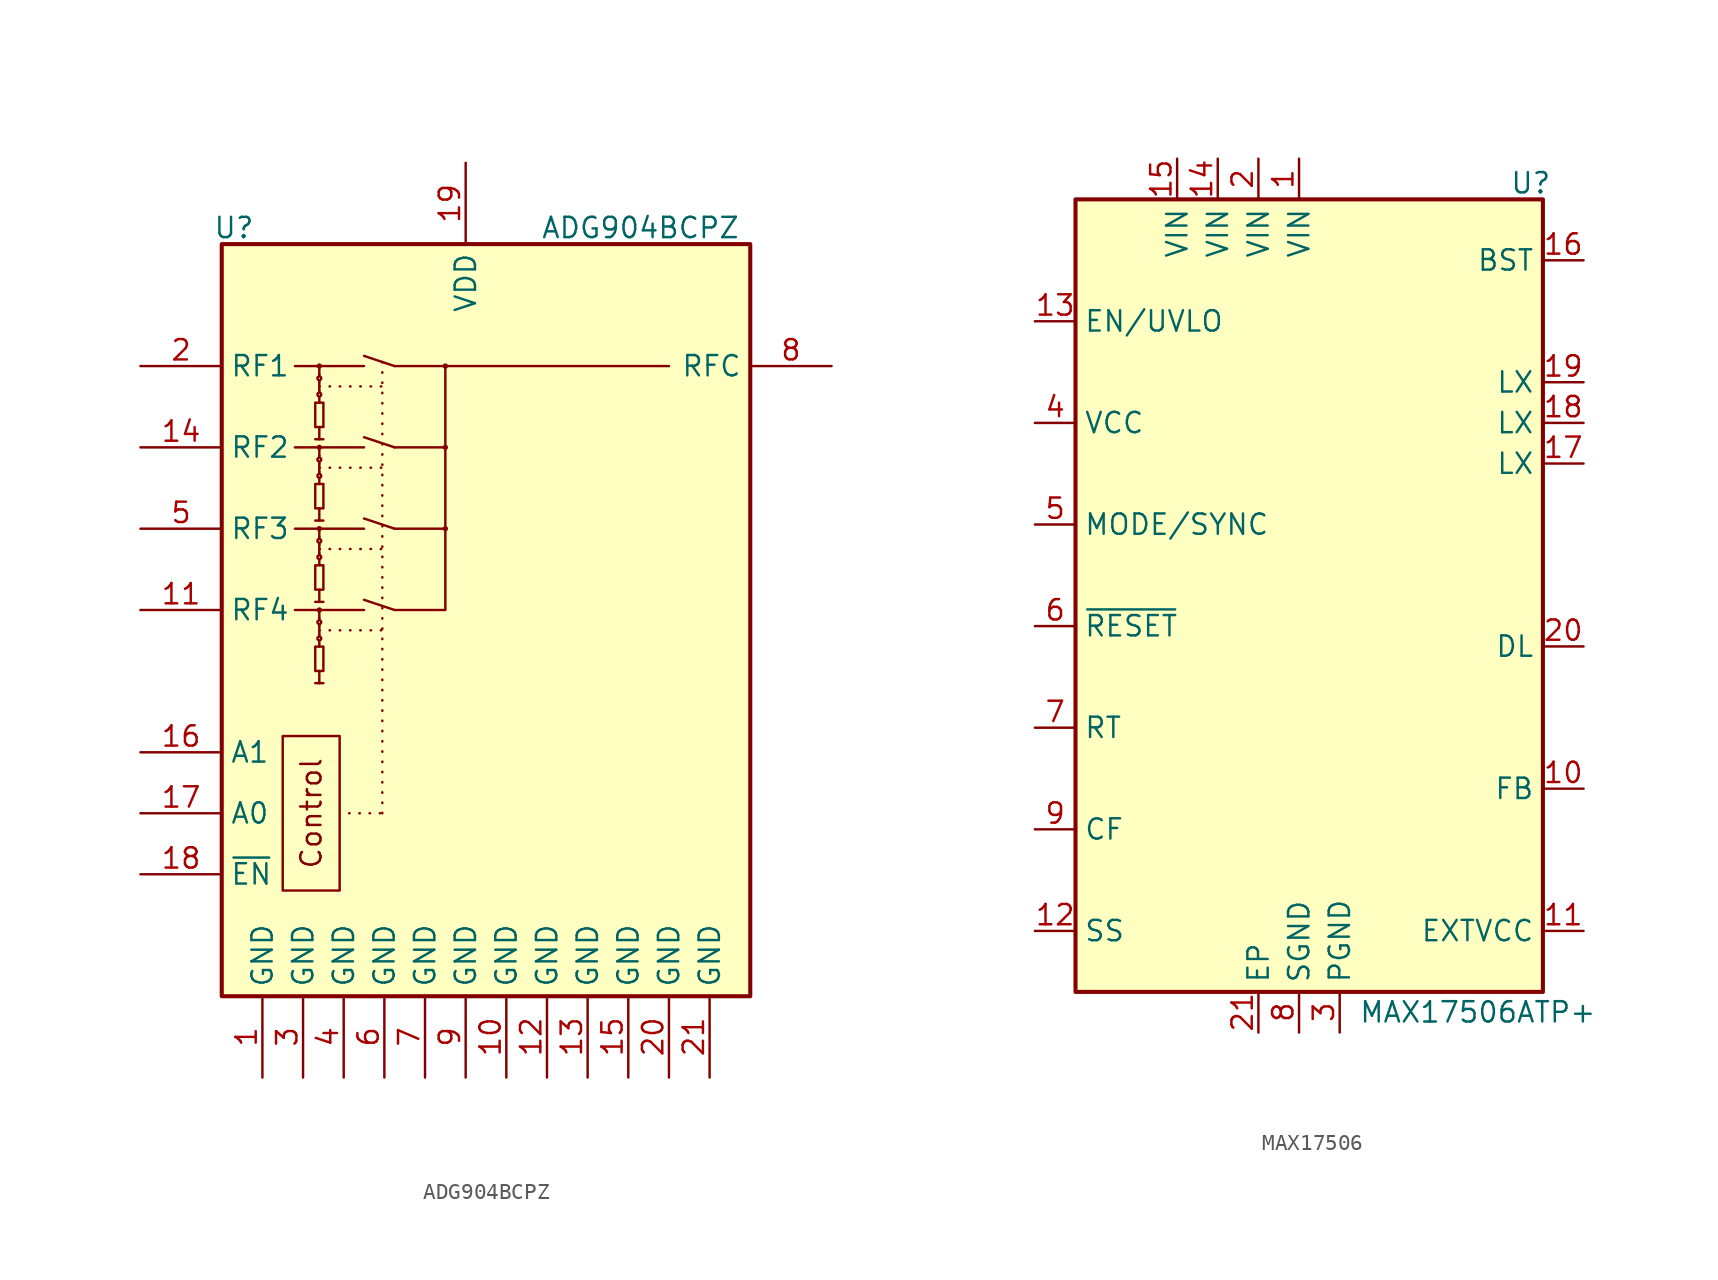
<source format=kicad_sym>
(kicad_symbol_lib
  (version 20241209)
  (generator "kicad_symbol_editor")
  (generator_version "9.0")
  (symbol "ADG904BCPZ"
    (property "Reference" "U"
      (at -15.748 22.606 0)
      (effects (font (size 1.27 1.27))))
    (property "Value" "ADG904BCPZ"
      (at 9.652 22.606 0)
      (effects (font (size 1.27 1.27))))
    (symbol "ADG904BCPZ_0_1"
      (rectangle (start -10.668 11.684) (end -10.16 10.16) (stroke (width 0) (type default)) (fill (type none)))
      (polyline (pts (xy -10.668 9.398) (xy -10.16 9.398)) (stroke (width 0) (type default)) (fill (type none)))
      (rectangle (start -10.668 6.604) (end -10.16 5.08) (stroke (width 0) (type default)) (fill (type none)))
      (polyline (pts (xy -10.668 4.318) (xy -10.16 4.318)) (stroke (width 0) (type default)) (fill (type none)))
      (rectangle (start -10.668 1.524) (end -10.16 0) (stroke (width 0) (type default)) (fill (type none)))
      (polyline (pts (xy -10.668 -0.762) (xy -10.16 -0.762)) (stroke (width 0) (type default)) (fill (type none)))
      (rectangle (start -10.668 -3.556) (end -10.16 -5.08) (stroke (width 0) (type default)) (fill (type none)))
      (polyline (pts (xy -10.668 -5.842) (xy -10.16 -5.842)) (stroke (width 0) (type default)) (fill (type none)))
      (polyline (pts (xy -10.414 10.16) (xy -10.414 9.398)) (stroke (width 0) (type default)) (fill (type none)))
      (polyline (pts (xy -10.414 5.08) (xy -10.414 4.318)) (stroke (width 0) (type default)) (fill (type none)))
      (polyline (pts (xy -10.414 0) (xy -10.414 -0.762)) (stroke (width 0) (type default)) (fill (type none)))
      (polyline (pts (xy -10.414 -5.08) (xy -10.414 -5.842)) (stroke (width 0) (type default)) (fill (type none))))
    (symbol "ADG904BCPZ_1_0"
      (pin passive line (at -21.59 13.97 0) (length 5.08) (name "RF1" (effects (font (size 1.27 1.27)))) (number "2" (effects (font (size 1.27 1.27)))))
      (pin passive line (at -21.59 8.89 0) (length 5.08) (name "RF2" (effects (font (size 1.27 1.27)))) (number "14" (effects (font (size 1.27 1.27)))))
      (pin passive line (at -21.59 3.81 0) (length 5.08) (name "RF3" (effects (font (size 1.27 1.27)))) (number "5" (effects (font (size 1.27 1.27)))))
      (pin passive line (at -21.59 -1.27 0) (length 5.08) (name "RF4" (effects (font (size 1.27 1.27)))) (number "11" (effects (font (size 1.27 1.27)))))
      (pin passive line (at -21.59 -10.16 0) (length 5.08) (name "A1" (effects (font (size 1.27 1.27)))) (number "16" (effects (font (size 1.27 1.27)))))
      (pin passive line (at -21.59 -13.97 0) (length 5.08) (name "A0" (effects (font (size 1.27 1.27)))) (number "17" (effects (font (size 1.27 1.27)))))
      (pin passive line (at -21.59 -17.78 0) (length 5.08) (name "~{EN}" (effects (font (size 1.27 1.27)))) (number "18" (effects (font (size 1.27 1.27)))))
      (pin power_in line (at -13.97 -30.48 90) (length 5.08) (name "GND" (effects (font (size 1.27 1.27)))) (number "1" (effects (font (size 1.27 1.27)))))
      (pin power_in line (at -11.43 -30.48 90) (length 5.08) (name "GND" (effects (font (size 1.27 1.27)))) (number "3" (effects (font (size 1.27 1.27)))))
      (pin power_in line (at -8.89 -30.48 90) (length 5.08) (name "GND" (effects (font (size 1.27 1.27)))) (number "4" (effects (font (size 1.27 1.27)))))
      (pin power_in line (at -6.35 -30.48 90) (length 5.08) (name "GND" (effects (font (size 1.27 1.27)))) (number "6" (effects (font (size 1.27 1.27)))))
      (pin power_in line (at -3.81 -30.48 90) (length 5.08) (name "GND" (effects (font (size 1.27 1.27)))) (number "7" (effects (font (size 1.27 1.27)))))
      (pin power_in line (at -1.27 26.67 270) (length 5.08) (name "VDD" (effects (font (size 1.27 1.27)))) (number "19" (effects (font (size 1.27 1.27)))))
      (pin power_in line (at -1.27 -30.48 90) (length 5.08) (name "GND" (effects (font (size 1.27 1.27)))) (number "9" (effects (font (size 1.27 1.27)))))
      (pin power_in line (at 1.27 -30.48 90) (length 5.08) (name "GND" (effects (font (size 1.27 1.27)))) (number "10" (effects (font (size 1.27 1.27)))))
      (pin power_in line (at 3.81 -30.48 90) (length 5.08) (name "GND" (effects (font (size 1.27 1.27)))) (number "12" (effects (font (size 1.27 1.27)))))
      (pin power_in line (at 6.35 -30.48 90) (length 5.08) (name "GND" (effects (font (size 1.27 1.27)))) (number "13" (effects (font (size 1.27 1.27)))))
      (pin power_in line (at 8.89 -30.48 90) (length 5.08) (name "GND" (effects (font (size 1.27 1.27)))) (number "15" (effects (font (size 1.27 1.27)))))
      (pin power_in line (at 11.43 -30.48 90) (length 5.08) (name "GND" (effects (font (size 1.27 1.27)))) (number "20" (effects (font (size 1.27 1.27)))))
      (pin passive line (at 21.59 13.97 180) (length 5.08) (name "RFC" (effects (font (size 1.27 1.27)))) (number "8" (effects (font (size 1.27 1.27))))))
    (symbol "ADG904BCPZ_1_1"
      (rectangle (start -16.51 21.59) (end 16.51 -25.4) (stroke (width 0.254) (type solid)) (fill (type background)))
      (rectangle (start -12.7 -9.144) (end -9.144 -18.796) (stroke (width 0) (type default)) (fill (type none)))
      (circle (center -10.414 13.97) (radius 0.093) (stroke (width 0) (type solid)) (fill (type outline)))
      (polyline (pts (xy -10.414 13.97) (xy -7.62 13.97)) (stroke (width 0) (type default)) (fill (type none)))
      (polyline (pts (xy -10.414 13.97) (xy -11.684 13.97) (xy -11.938 13.97)) (stroke (width 0) (type default)) (fill (type none)))
      (polyline (pts (xy -10.414 13.462) (xy -10.415 13.351)) (stroke (width 0) (type default)) (fill (type none)))
      (polyline (pts (xy -10.414 13.462) (xy -10.414 13.97)) (stroke (width 0) (type default)) (fill (type none)))
      (circle (center -10.414 13.208) (radius 0.119) (stroke (width 0) (type solid)) (fill (type none)))
      (polyline (pts (xy -10.414 12.954) (xy -10.415 13.052)) (stroke (width 0) (type default)) (fill (type none)))
      (polyline (pts (xy -10.414 12.7) (xy -6.35 12.7)) (stroke (width 0) (type dot)) (fill (type none)))
      (polyline (pts (xy -10.414 12.446) (xy -10.415 12.332)) (stroke (width 0) (type default)) (fill (type none)))
      (polyline (pts (xy -10.414 12.446) (xy -10.414 12.954)) (stroke (width 0) (type default)) (fill (type none)))
      (circle (center -10.414 12.192) (radius 0.119) (stroke (width 0) (type solid)) (fill (type none)))
      (polyline (pts (xy -10.414 11.684) (xy -10.414 12.014)) (stroke (width 0) (type default)) (fill (type none)))
      (circle (center -10.414 8.89) (radius 0.093) (stroke (width 0) (type solid)) (fill (type outline)))
      (polyline (pts (xy -10.414 8.89) (xy -7.62 8.89)) (stroke (width 0) (type default)) (fill (type none)))
      (polyline (pts (xy -10.414 8.89) (xy -11.684 8.89) (xy -11.938 8.89)) (stroke (width 0) (type default)) (fill (type none)))
      (polyline (pts (xy -10.414 8.382) (xy -10.415 8.271)) (stroke (width 0) (type default)) (fill (type none)))
      (polyline (pts (xy -10.414 8.382) (xy -10.414 8.89)) (stroke (width 0) (type default)) (fill (type none)))
      (circle (center -10.414 8.128) (radius 0.119) (stroke (width 0) (type solid)) (fill (type none)))
      (polyline (pts (xy -10.414 7.874) (xy -10.415 7.972)) (stroke (width 0) (type default)) (fill (type none)))
      (polyline (pts (xy -10.414 7.62) (xy -6.35 7.62)) (stroke (width 0) (type dot)) (fill (type none)))
      (polyline (pts (xy -10.414 7.366) (xy -10.415 7.252)) (stroke (width 0) (type default)) (fill (type none)))
      (polyline (pts (xy -10.414 7.366) (xy -10.414 7.874)) (stroke (width 0) (type default)) (fill (type none)))
      (circle (center -10.414 7.112) (radius 0.119) (stroke (width 0) (type solid)) (fill (type none)))
      (polyline (pts (xy -10.414 6.604) (xy -10.414 6.934)) (stroke (width 0) (type default)) (fill (type none)))
      (circle (center -10.414 3.81) (radius 0.093) (stroke (width 0) (type solid)) (fill (type outline)))
      (polyline (pts (xy -10.414 3.81) (xy -7.62 3.81)) (stroke (width 0) (type default)) (fill (type none)))
      (polyline (pts (xy -10.414 3.81) (xy -11.684 3.81) (xy -11.938 3.81)) (stroke (width 0) (type default)) (fill (type none)))
      (polyline (pts (xy -10.414 3.302) (xy -10.415 3.191)) (stroke (width 0) (type default)) (fill (type none)))
      (polyline (pts (xy -10.414 3.302) (xy -10.414 3.81)) (stroke (width 0) (type default)) (fill (type none)))
      (circle (center -10.414 3.048) (radius 0.119) (stroke (width 0) (type solid)) (fill (type none)))
      (polyline (pts (xy -10.414 2.794) (xy -10.415 2.892)) (stroke (width 0) (type default)) (fill (type none)))
      (polyline (pts (xy -10.414 2.54) (xy -6.35 2.54)) (stroke (width 0) (type dot)) (fill (type none)))
      (polyline (pts (xy -10.414 2.286) (xy -10.415 2.172)) (stroke (width 0) (type default)) (fill (type none)))
      (polyline (pts (xy -10.414 2.286) (xy -10.414 2.794)) (stroke (width 0) (type default)) (fill (type none)))
      (circle (center -10.414 2.032) (radius 0.119) (stroke (width 0) (type solid)) (fill (type none)))
      (polyline (pts (xy -10.414 1.524) (xy -10.414 1.854)) (stroke (width 0) (type default)) (fill (type none)))
      (circle (center -10.414 -1.27) (radius 0.093) (stroke (width 0) (type solid)) (fill (type outline)))
      (polyline (pts (xy -10.414 -1.27) (xy -7.62 -1.27)) (stroke (width 0) (type default)) (fill (type none)))
      (polyline (pts (xy -10.414 -1.27) (xy -11.684 -1.27) (xy -11.938 -1.27)) (stroke (width 0) (type default)) (fill (type none)))
      (polyline (pts (xy -10.414 -1.778) (xy -10.415 -1.889)) (stroke (width 0) (type default)) (fill (type none)))
      (polyline (pts (xy -10.414 -1.778) (xy -10.414 -1.27)) (stroke (width 0) (type default)) (fill (type none)))
      (circle (center -10.414 -2.032) (radius 0.119) (stroke (width 0) (type solid)) (fill (type none)))
      (polyline (pts (xy -10.414 -2.286) (xy -10.415 -2.188)) (stroke (width 0) (type default)) (fill (type none)))
      (polyline (pts (xy -10.414 -2.54) (xy -6.35 -2.54)) (stroke (width 0) (type dot)) (fill (type none)))
      (polyline (pts (xy -10.414 -2.794) (xy -10.415 -2.908)) (stroke (width 0) (type default)) (fill (type none)))
      (polyline (pts (xy -10.414 -2.794) (xy -10.414 -2.286)) (stroke (width 0) (type default)) (fill (type none)))
      (circle (center -10.414 -3.048) (radius 0.119) (stroke (width 0) (type solid)) (fill (type none)))
      (polyline (pts (xy -10.414 -3.556) (xy -10.414 -3.226)) (stroke (width 0) (type default)) (fill (type none)))
      (polyline (pts (xy -7.62 14.605) (xy -5.715 13.97)) (stroke (width 0) (type default)) (fill (type none)))
      (polyline (pts (xy -7.62 9.525) (xy -5.715 8.89)) (stroke (width 0) (type default)) (fill (type none)))
      (polyline (pts (xy -7.62 4.445) (xy -5.715 3.81)) (stroke (width 0) (type default)) (fill (type none)))
      (polyline (pts (xy -7.62 -0.635) (xy -5.715 -1.27)) (stroke (width 0) (type default)) (fill (type none)))
      (polyline (pts (xy -6.604 -13.97) (xy -9.144 -13.97)) (stroke (width 0) (type dot)) (fill (type none)))
      (polyline (pts (xy -6.477 14.224) (xy -6.477 -13.97)) (stroke (width 0) (type dot)) (fill (type none)))
      (polyline (pts (xy -5.715 13.97) (xy -2.54 13.97)) (stroke (width 0) (type default)) (fill (type none)))
      (polyline (pts (xy -5.715 8.89) (xy -2.54 8.89)) (stroke (width 0) (type default)) (fill (type none)))
      (polyline (pts (xy -5.715 3.81) (xy -2.54 3.81)) (stroke (width 0) (type default)) (fill (type none)))
      (polyline (pts (xy -5.715 -1.27) (xy -2.54 -1.27) (xy -2.54 13.97)) (stroke (width 0) (type default)) (fill (type none)))
      (circle (center -2.54 13.97) (radius 0.093) (stroke (width 0) (type solid)) (fill (type outline)))
      (polyline (pts (xy -2.54 13.97) (xy 11.43 13.97)) (stroke (width 0) (type default)) (fill (type none)))
      (circle (center -2.54 8.89) (radius 0.093) (stroke (width 0) (type solid)) (fill (type outline)))
      (circle (center -2.54 3.81) (radius 0.093) (stroke (width 0) (type solid)) (fill (type outline)))
      (text "Control\n" (at -10.922 -13.97 900) (effects (font (size 1.27 1.27))))
      (pin power_in line (at 13.97 -30.48 90) (length 5.08) (name "GND" (effects (font (size 1.27 1.27)))) (number "21" (effects (font (size 1.27 1.27)))))))
  (symbol "MAX17506"
    (property "Reference" "U"
      (at 13.208 26.416 0)
      (effects (font (size 1.27 1.27))))
    (property "Value" "MAX17506ATP+"
      (at 9.906 -25.4 0)
      (effects (font (size 1.27 1.27))))
    (symbol "MAX17506_1_1"
      (rectangle (start -15.24 25.4) (end 13.97 -24.13) (stroke (width 0.254) (type solid)) (fill (type background)))
      (pin input line (at -17.78 17.78 0) (length 2.54) (name "EN/UVLO" (effects (font (size 1.27 1.27)))) (number "13" (effects (font (size 1.27 1.27)))))
      (pin power_out line (at -17.78 11.43 0) (length 2.54) (name "VCC" (effects (font (size 1.27 1.27)))) (number "4" (effects (font (size 1.27 1.27)))))
      (pin input line (at -17.78 5.08 0) (length 2.54) (name "MODE/SYNC" (effects (font (size 1.27 1.27)))) (number "5" (effects (font (size 1.27 1.27)))))
      (pin open_collector line (at -17.78 -1.27 0) (length 2.54) (name "~{RESET}" (effects (font (size 1.27 1.27)))) (number "6" (effects (font (size 1.27 1.27)))))
      (pin input line (at -17.78 -7.62 0) (length 2.54) (name "RT" (effects (font (size 1.27 1.27)))) (number "7" (effects (font (size 1.27 1.27)))))
      (pin passive line (at -17.78 -13.97 0) (length 2.54) (name "CF" (effects (font (size 1.27 1.27)))) (number "9" (effects (font (size 1.27 1.27)))))
      (pin input line (at -17.78 -20.32 0) (length 2.54) (name "SS" (effects (font (size 1.27 1.27)))) (number "12" (effects (font (size 1.27 1.27)))))
      (pin power_in line (at -8.89 27.94 270) (length 2.54) (name "VIN" (effects (font (size 1.27 1.27)))) (number "15" (effects (font (size 1.27 1.27)))))
      (pin power_in line (at -6.35 27.94 270) (length 2.54) (name "VIN" (effects (font (size 1.27 1.27)))) (number "14" (effects (font (size 1.27 1.27)))))
      (pin power_in line (at -3.81 27.94 270) (length 2.54) (name "VIN" (effects (font (size 1.27 1.27)))) (number "2" (effects (font (size 1.27 1.27)))))
      (pin power_in line (at -3.81 -26.67 90) (length 2.54) (name "EP" (effects (font (size 1.27 1.27)))) (number "21" (effects (font (size 1.27 1.27)))))
      (pin power_in line (at -1.27 27.94 270) (length 2.54) (name "VIN" (effects (font (size 1.27 1.27)))) (number "1" (effects (font (size 1.27 1.27)))))
      (pin power_in line (at -1.27 -26.67 90) (length 2.54) (name "SGND" (effects (font (size 1.27 1.27)))) (number "8" (effects (font (size 1.27 1.27)))))
      (pin power_in line (at 1.27 -26.67 90) (length 2.54) (name "PGND" (effects (font (size 1.27 1.27)))) (number "3" (effects (font (size 1.27 1.27)))))
      (pin passive line (at 16.51 21.59 180) (length 2.54) (name "BST" (effects (font (size 1.27 1.27)))) (number "16" (effects (font (size 1.27 1.27)))))
      (pin passive line (at 16.51 13.97 180) (length 2.54) (name "LX" (effects (font (size 1.27 1.27)))) (number "19" (effects (font (size 1.27 1.27)))))
      (pin passive line (at 16.51 11.43 180) (length 2.54) (name "LX" (effects (font (size 1.27 1.27)))) (number "18" (effects (font (size 1.27 1.27)))))
      (pin passive line (at 16.51 8.89 180) (length 2.54) (name "LX" (effects (font (size 1.27 1.27)))) (number "17" (effects (font (size 1.27 1.27)))))
      (pin output line (at 16.51 -2.54 180) (length 2.54) (name "DL" (effects (font (size 1.27 1.27)))) (number "20" (effects (font (size 1.27 1.27)))))
      (pin input line (at 16.51 -11.43 180) (length 2.54) (name "FB" (effects (font (size 1.27 1.27)))) (number "10" (effects (font (size 1.27 1.27)))))
      (pin input line (at 16.51 -20.32 180) (length 2.54) (name "EXTVCC" (effects (font (size 1.27 1.27)))) (number "11" (effects (font (size 1.27 1.27))))))))
</source>
